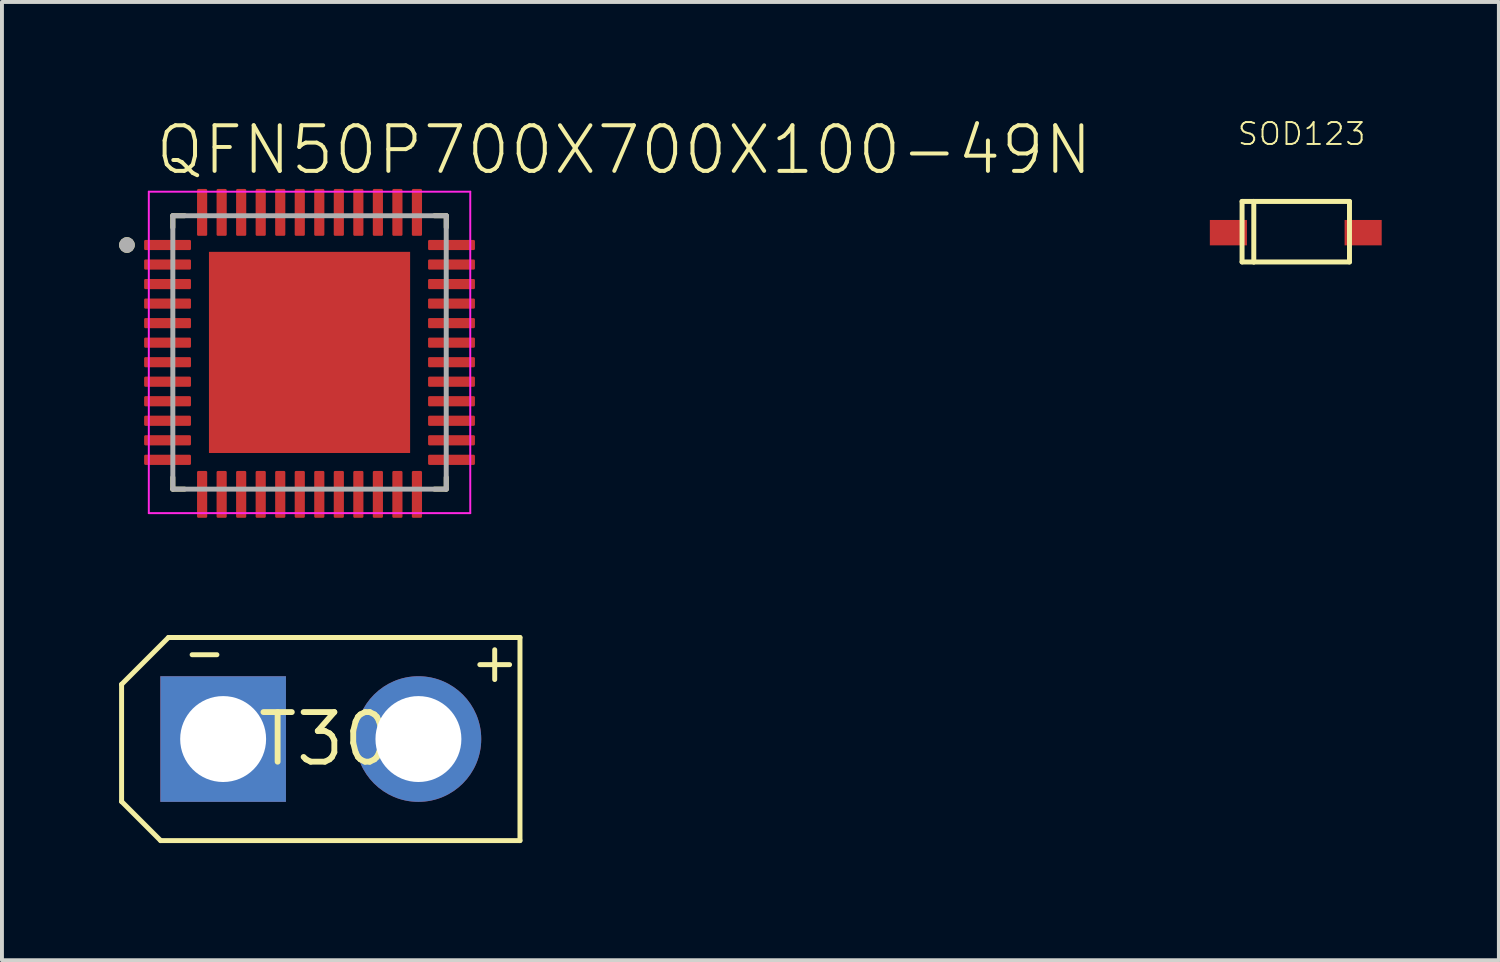
<source format=kicad_pcb>
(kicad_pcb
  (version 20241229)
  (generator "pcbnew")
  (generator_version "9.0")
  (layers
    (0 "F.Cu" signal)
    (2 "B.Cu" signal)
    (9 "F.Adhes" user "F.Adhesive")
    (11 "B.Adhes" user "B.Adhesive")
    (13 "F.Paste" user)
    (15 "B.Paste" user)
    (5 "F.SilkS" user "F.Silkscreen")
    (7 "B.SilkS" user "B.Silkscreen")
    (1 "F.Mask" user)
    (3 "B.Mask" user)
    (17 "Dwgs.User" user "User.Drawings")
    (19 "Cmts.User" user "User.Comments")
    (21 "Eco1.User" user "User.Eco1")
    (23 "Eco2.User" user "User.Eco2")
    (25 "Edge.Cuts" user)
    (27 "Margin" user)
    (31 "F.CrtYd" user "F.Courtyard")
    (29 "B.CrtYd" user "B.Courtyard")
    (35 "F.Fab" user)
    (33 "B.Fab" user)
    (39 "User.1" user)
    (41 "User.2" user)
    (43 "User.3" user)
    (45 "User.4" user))
  (footprint "XT30"
    (layer "F.Cu")
    (at 4.663 15.872)
    (property "Reference" "XT30" (at 0 0 0) (layer "F.SilkS") (effects (font (size 1.27 1.27) (thickness 0.15))))
    (fp_line (start -4.6 -1.4) (end -4.6 1.6) (stroke (width 0.127) (type solid)) (layer "F.SilkS"))
    (fp_line (start -3.6 2.6) (end -4.6 1.6) (stroke (width 0.127) (type solid)) (layer "F.SilkS"))
    (fp_line (start -3.4 -2.6) (end -4.6 -1.4) (stroke (width 0.127) (type solid)) (layer "F.SilkS"))
    (fp_line (start -3.4 -2.6) (end 5.6 -2.6) (stroke (width 0.127) (type solid)) (layer "F.SilkS"))
    (fp_line (start -2.794 -2.159) (end -2.159 -2.159) (stroke (width 0.127) (type solid)) (layer "F.SilkS"))
    (fp_line (start 4.572 -1.905) (end 5.334 -1.905) (stroke (width 0.127) (type solid)) (layer "F.SilkS"))
    (fp_line (start 4.953 -2.286) (end 4.953 -1.524) (stroke (width 0.127) (type solid)) (layer "F.SilkS"))
    (fp_line (start 5.6 -2.6) (end 5.6 2.6) (stroke (width 0.127) (type solid)) (layer "F.SilkS"))
    (fp_line (start 5.6 2.6) (end -3.6 2.6) (stroke (width 0.127) (type solid)) (layer "F.SilkS"))
    (pad "P$1" thru_hole rect (at -2 0) (size 3.216 3.216) (drill 2.2) (layers "*.Cu" "*.Mask"))
    (pad "P$2" thru_hole circle (at 3 0) (size 3.216 3.216) (drill 2.2) (layers "*.Cu" "*.Mask")))
  (footprint "QFN50P700X700X100-49N"
    (layer "F.Cu")
    (at 4.875 5.973)
    (property "Reference" "QFN50P700X700X100-49N" (at -4 -4.5 0) (layer "F.SilkS") (effects (font (size 1.168 1.168) (thickness 0.102)) (justify left bottom)))
    (fp_line (start -3.5 -3.5) (end -3.5 -3.2) (stroke (width 0.127) (type solid)) (layer "F.SilkS"))
    (fp_line (start -3.5 -3.5) (end -3.2 -3.5) (stroke (width 0.127) (type solid)) (layer "F.SilkS"))
    (fp_line (start -3.5 3.5) (end -3.5 3.2) (stroke (width 0.127) (type solid)) (layer "F.SilkS"))
    (fp_line (start -3.5 3.5) (end -3.2 3.5) (stroke (width 0.127) (type solid)) (layer "F.SilkS"))
    (fp_line (start 3.5 -3.5) (end 3.2 -3.5) (stroke (width 0.127) (type solid)) (layer "F.SilkS"))
    (fp_line (start 3.5 -3.5) (end 3.5 -3.2) (stroke (width 0.127) (type solid)) (layer "F.SilkS"))
    (fp_line (start 3.5 3.5) (end 3.2 3.5) (stroke (width 0.127) (type solid)) (layer "F.SilkS"))
    (fp_line (start 3.5 3.5) (end 3.5 3.2) (stroke (width 0.127) (type solid)) (layer "F.SilkS"))
    (fp_circle (center -4.675 -2.75) (end -4.575 -2.75) (stroke (width 0.2) (type solid)) (fill no) (layer "F.SilkS"))
    (fp_poly (pts (xy -2.1 -0.48) (xy -0.48 -0.48) (xy -0.48 -2.1) (xy -2.1 -2.1)) (stroke (width 0.1) (type solid)) (fill no) (layer "F.Paste"))
    (fp_poly (pts (xy -2.1 2.1) (xy -0.48 2.1) (xy -0.48 0.48) (xy -2.1 0.48)) (stroke (width 0.1) (type solid)) (fill no) (layer "F.Paste"))
    (fp_poly (pts (xy 0.48 -0.48) (xy 2.1 -0.48) (xy 2.1 -2.1) (xy 0.48 -2.1)) (stroke (width 0.1) (type solid)) (fill no) (layer "F.Paste"))
    (fp_poly (pts (xy 0.48 2.1) (xy 2.1 2.1) (xy 2.1 0.48) (xy 0.48 0.48)) (stroke (width 0.1) (type solid)) (fill no) (layer "F.Paste"))
    (fp_line (start -4.115 -4.115) (end 4.115 -4.115) (stroke (width 0.05) (type solid)) (layer "F.CrtYd"))
    (fp_line (start -4.115 4.115) (end -4.115 -4.115) (stroke (width 0.05) (type solid)) (layer "F.CrtYd"))
    (fp_line (start -4.115 4.115) (end 4.115 4.115) (stroke (width 0.05) (type solid)) (layer "F.CrtYd"))
    (fp_line (start 4.115 4.115) (end 4.115 -4.115) (stroke (width 0.05) (type solid)) (layer "F.CrtYd"))
    (fp_line (start -3.5 3.5) (end -3.5 -3.5) (stroke (width 0.127) (type solid)) (layer "F.Fab"))
    (fp_line (start 3.5 -3.5) (end -3.5 -3.5) (stroke (width 0.127) (type solid)) (layer "F.Fab"))
    (fp_line (start 3.5 3.5) (end -3.5 3.5) (stroke (width 0.127) (type solid)) (layer "F.Fab"))
    (fp_line (start 3.5 3.5) (end 3.5 -3.5) (stroke (width 0.127) (type solid)) (layer "F.Fab"))
    (fp_circle (center -4.675 -2.75) (end -4.575 -2.75) (stroke (width 0.2) (type solid)) (fill no) (layer "F.Fab"))
    (pad "1" smd roundrect (at -3.635 -2.75) (size 1.2 0.26) (layers "F.Cu" "F.Mask" "F.Paste") (roundrect_rratio 0.125))
    (pad "2" smd roundrect (at -3.635 -2.25) (size 1.2 0.26) (layers "F.Cu" "F.Mask" "F.Paste") (roundrect_rratio 0.125))
    (pad "3" smd roundrect (at -3.635 -1.75) (size 1.2 0.26) (layers "F.Cu" "F.Mask" "F.Paste") (roundrect_rratio 0.125))
    (pad "4" smd roundrect (at -3.635 -1.25) (size 1.2 0.26) (layers "F.Cu" "F.Mask" "F.Paste") (roundrect_rratio 0.125))
    (pad "5" smd roundrect (at -3.635 -0.75) (size 1.2 0.26) (layers "F.Cu" "F.Mask" "F.Paste") (roundrect_rratio 0.125))
    (pad "6" smd roundrect (at -3.635 -0.25) (size 1.2 0.26) (layers "F.Cu" "F.Mask" "F.Paste") (roundrect_rratio 0.125))
    (pad "7" smd roundrect (at -3.635 0.25) (size 1.2 0.26) (layers "F.Cu" "F.Mask" "F.Paste") (roundrect_rratio 0.125))
    (pad "8" smd roundrect (at -3.635 0.75) (size 1.2 0.26) (layers "F.Cu" "F.Mask" "F.Paste") (roundrect_rratio 0.125))
    (pad "9" smd roundrect (at -3.635 1.25) (size 1.2 0.26) (layers "F.Cu" "F.Mask" "F.Paste") (roundrect_rratio 0.125))
    (pad "10" smd roundrect (at -3.635 1.75) (size 1.2 0.26) (layers "F.Cu" "F.Mask" "F.Paste") (roundrect_rratio 0.125))
    (pad "11" smd roundrect (at -3.635 2.25) (size 1.2 0.26) (layers "F.Cu" "F.Mask" "F.Paste") (roundrect_rratio 0.125))
    (pad "12" smd roundrect (at -3.635 2.75) (size 1.2 0.26) (layers "F.Cu" "F.Mask" "F.Paste") (roundrect_rratio 0.125))
    (pad "13" smd roundrect (at -2.75 3.635 90) (size 1.2 0.26) (layers "F.Cu" "F.Mask" "F.Paste") (roundrect_rratio 0.125))
    (pad "14" smd roundrect (at -2.25 3.635 90) (size 1.2 0.26) (layers "F.Cu" "F.Mask" "F.Paste") (roundrect_rratio 0.125))
    (pad "15" smd roundrect (at -1.75 3.635 90) (size 1.2 0.26) (layers "F.Cu" "F.Mask" "F.Paste") (roundrect_rratio 0.125))
    (pad "16" smd roundrect (at -1.25 3.635 90) (size 1.2 0.26) (layers "F.Cu" "F.Mask" "F.Paste") (roundrect_rratio 0.125))
    (pad "17" smd roundrect (at -0.75 3.635 90) (size 1.2 0.26) (layers "F.Cu" "F.Mask" "F.Paste") (roundrect_rratio 0.125))
    (pad "18" smd roundrect (at -0.25 3.635 90) (size 1.2 0.26) (layers "F.Cu" "F.Mask" "F.Paste") (roundrect_rratio 0.125))
    (pad "19" smd roundrect (at 0.25 3.635 90) (size 1.2 0.26) (layers "F.Cu" "F.Mask" "F.Paste") (roundrect_rratio 0.125))
    (pad "20" smd roundrect (at 0.75 3.635 90) (size 1.2 0.26) (layers "F.Cu" "F.Mask" "F.Paste") (roundrect_rratio 0.125))
    (pad "21" smd roundrect (at 1.25 3.635 90) (size 1.2 0.26) (layers "F.Cu" "F.Mask" "F.Paste") (roundrect_rratio 0.125))
    (pad "22" smd roundrect (at 1.75 3.635 90) (size 1.2 0.26) (layers "F.Cu" "F.Mask" "F.Paste") (roundrect_rratio 0.125))
    (pad "23" smd roundrect (at 2.25 3.635 90) (size 1.2 0.26) (layers "F.Cu" "F.Mask" "F.Paste") (roundrect_rratio 0.125))
    (pad "24" smd roundrect (at 2.75 3.635 90) (size 1.2 0.26) (layers "F.Cu" "F.Mask" "F.Paste") (roundrect_rratio 0.125))
    (pad "25" smd roundrect (at 3.635 2.75) (size 1.2 0.26) (layers "F.Cu" "F.Mask" "F.Paste") (roundrect_rratio 0.125))
    (pad "26" smd roundrect (at 3.635 2.25) (size 1.2 0.26) (layers "F.Cu" "F.Mask" "F.Paste") (roundrect_rratio 0.125))
    (pad "27" smd roundrect (at 3.635 1.75) (size 1.2 0.26) (layers "F.Cu" "F.Mask" "F.Paste") (roundrect_rratio 0.125))
    (pad "28" smd roundrect (at 3.635 1.25) (size 1.2 0.26) (layers "F.Cu" "F.Mask" "F.Paste") (roundrect_rratio 0.125))
    (pad "29" smd roundrect (at 3.635 0.75) (size 1.2 0.26) (layers "F.Cu" "F.Mask" "F.Paste") (roundrect_rratio 0.125))
    (pad "30" smd roundrect (at 3.635 0.25) (size 1.2 0.26) (layers "F.Cu" "F.Mask" "F.Paste") (roundrect_rratio 0.125))
    (pad "31" smd roundrect (at 3.635 -0.25) (size 1.2 0.26) (layers "F.Cu" "F.Mask" "F.Paste") (roundrect_rratio 0.125))
    (pad "32" smd roundrect (at 3.635 -0.75) (size 1.2 0.26) (layers "F.Cu" "F.Mask" "F.Paste") (roundrect_rratio 0.125))
    (pad "33" smd roundrect (at 3.635 -1.25) (size 1.2 0.26) (layers "F.Cu" "F.Mask" "F.Paste") (roundrect_rratio 0.125))
    (pad "34" smd roundrect (at 3.635 -1.75) (size 1.2 0.26) (layers "F.Cu" "F.Mask" "F.Paste") (roundrect_rratio 0.125))
    (pad "35" smd roundrect (at 3.635 -2.25) (size 1.2 0.26) (layers "F.Cu" "F.Mask" "F.Paste") (roundrect_rratio 0.125))
    (pad "36" smd roundrect (at 3.635 -2.75) (size 1.2 0.26) (layers "F.Cu" "F.Mask" "F.Paste") (roundrect_rratio 0.125))
    (pad "37" smd roundrect (at 2.75 -3.585 90) (size 1.2 0.26) (layers "F.Cu" "F.Mask" "F.Paste") (roundrect_rratio 0.125))
    (pad "38" smd roundrect (at 2.25 -3.585 90) (size 1.2 0.26) (layers "F.Cu" "F.Mask" "F.Paste") (roundrect_rratio 0.125))
    (pad "39" smd roundrect (at 1.75 -3.585 90) (size 1.2 0.26) (layers "F.Cu" "F.Mask" "F.Paste") (roundrect_rratio 0.125))
    (pad "40" smd roundrect (at 1.25 -3.585 90) (size 1.2 0.26) (layers "F.Cu" "F.Mask" "F.Paste") (roundrect_rratio 0.125))
    (pad "41" smd roundrect (at 0.75 -3.585 90) (size 1.2 0.26) (layers "F.Cu" "F.Mask" "F.Paste") (roundrect_rratio 0.125))
    (pad "42" smd roundrect (at 0.25 -3.585 90) (size 1.2 0.26) (layers "F.Cu" "F.Mask" "F.Paste") (roundrect_rratio 0.125))
    (pad "43" smd roundrect (at -0.25 -3.585 90) (size 1.2 0.26) (layers "F.Cu" "F.Mask" "F.Paste") (roundrect_rratio 0.125))
    (pad "44" smd roundrect (at -0.75 -3.585 90) (size 1.2 0.26) (layers "F.Cu" "F.Mask" "F.Paste") (roundrect_rratio 0.125))
    (pad "45" smd roundrect (at -1.25 -3.585 90) (size 1.2 0.26) (layers "F.Cu" "F.Mask" "F.Paste") (roundrect_rratio 0.125))
    (pad "46" smd roundrect (at -1.75 -3.585 90) (size 1.2 0.26) (layers "F.Cu" "F.Mask" "F.Paste") (roundrect_rratio 0.125))
    (pad "47" smd roundrect (at -2.25 -3.585 90) (size 1.2 0.26) (layers "F.Cu" "F.Mask" "F.Paste") (roundrect_rratio 0.125))
    (pad "48" smd roundrect (at -2.75 -3.585 90) (size 1.2 0.26) (layers "F.Cu" "F.Mask" "F.Paste") (roundrect_rratio 0.125))
    (pad "49" smd rect (at 0 0) (size 5.15 5.15) (layers "F.Cu" "F.Mask")))
  (footprint "SOD123"
    (layer "F.Cu")
    (at 30.151 2.857)
    (property "Reference" "SOD123" (at -1.55 -2.15 0) (layer "F.SilkS") (effects (font (size 0.561 0.561) (thickness 0.049)) (justify left bottom)))
    (fp_line (start -1.4 -0.75) (end -1.1 -0.75) (stroke (width 0.127) (type solid)) (layer "F.SilkS"))
    (fp_line (start -1.4 0.8) (end -1.4 -0.75) (stroke (width 0.127) (type solid)) (layer "F.SilkS"))
    (fp_line (start -1.1 -0.75) (end -1.1 0.8) (stroke (width 0.127) (type solid)) (layer "F.SilkS"))
    (fp_line (start -1.1 -0.75) (end 1.35 -0.75) (stroke (width 0.127) (type solid)) (layer "F.SilkS"))
    (fp_line (start -1.1 0.8) (end -1.4 0.8) (stroke (width 0.127) (type solid)) (layer "F.SilkS"))
    (fp_line (start 1.35 -0.75) (end 1.35 0.8) (stroke (width 0.127) (type solid)) (layer "F.SilkS"))
    (fp_line (start 1.35 0.8) (end -1.1 0.8) (stroke (width 0.127) (type solid)) (layer "F.SilkS"))
    (pad "ANODE" smd rect (at 1.7 0.05) (size 0.95 0.65) (layers "F.Cu" "F.Mask" "F.Paste"))
    (pad "CATHODE" smd rect (at -1.75 0.05) (size 0.95 0.65) (layers "F.Cu" "F.Mask" "F.Paste")))
  (gr_rect
    (start -3 -3)
    (end 35.326 21.535)
    (stroke (width 0.1) (type default))
    (fill no)
    (layer "Edge.Cuts")))
</source>
